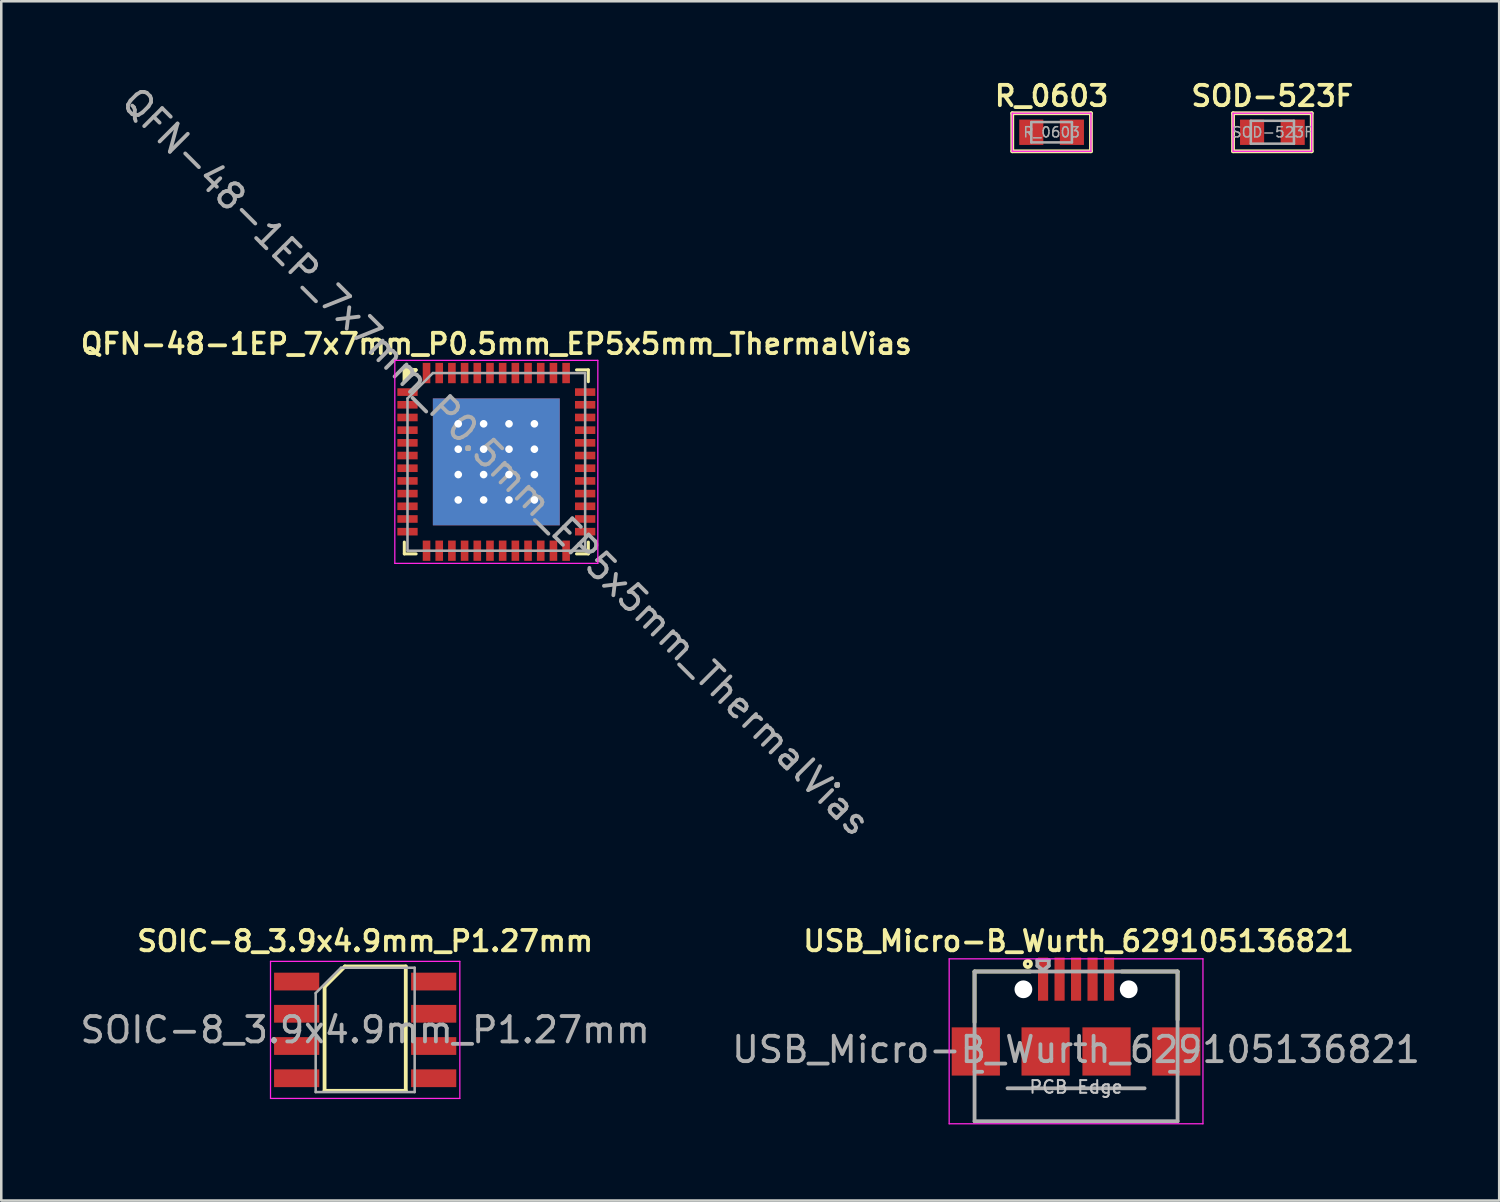
<source format=kicad_pcb>
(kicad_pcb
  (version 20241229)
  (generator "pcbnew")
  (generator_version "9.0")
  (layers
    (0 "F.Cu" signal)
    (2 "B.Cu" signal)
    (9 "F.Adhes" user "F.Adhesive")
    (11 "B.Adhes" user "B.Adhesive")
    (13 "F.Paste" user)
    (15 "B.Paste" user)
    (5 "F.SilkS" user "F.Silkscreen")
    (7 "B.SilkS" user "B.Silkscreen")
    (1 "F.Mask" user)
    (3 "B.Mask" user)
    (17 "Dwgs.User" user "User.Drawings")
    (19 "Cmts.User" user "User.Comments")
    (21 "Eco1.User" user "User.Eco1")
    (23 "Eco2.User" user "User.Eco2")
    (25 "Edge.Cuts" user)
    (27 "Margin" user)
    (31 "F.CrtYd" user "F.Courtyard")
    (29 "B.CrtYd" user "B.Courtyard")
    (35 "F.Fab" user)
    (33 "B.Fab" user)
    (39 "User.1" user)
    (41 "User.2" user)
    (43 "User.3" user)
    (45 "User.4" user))
  (footprint "R_0603"
    (layer "F.Cu")
    (at 38.387 2.161)
    (property "Reference" "R_0603" (at 0 -1.43 0) (layer "F.SilkS") (effects (font (size 0.8 0.8) (thickness 0.15))))
    (attr smd)
    (fp_line (start -1.55 -0.75) (end 1.55 -0.75) (stroke (width 0.15) (type solid)) (layer "F.SilkS"))
    (fp_line (start -1.55 0.75) (end -1.55 -0.75) (stroke (width 0.15) (type solid)) (layer "F.SilkS"))
    (fp_line (start 1.55 -0.75) (end 1.55 0.75) (stroke (width 0.15) (type solid)) (layer "F.SilkS"))
    (fp_line (start 1.55 0.75) (end -1.55 0.75) (stroke (width 0.15) (type solid)) (layer "F.SilkS"))
    (fp_line (start -1.55 -0.75) (end 1.55 -0.75) (stroke (width 0.05) (type solid)) (layer "F.CrtYd"))
    (fp_line (start -1.55 0.75) (end -1.55 -0.75) (stroke (width 0.05) (type solid)) (layer "F.CrtYd"))
    (fp_line (start 1.55 -0.75) (end 1.55 0.75) (stroke (width 0.05) (type solid)) (layer "F.CrtYd"))
    (fp_line (start 1.55 0.75) (end -1.55 0.75) (stroke (width 0.05) (type solid)) (layer "F.CrtYd"))
    (fp_line (start -0.8 -0.4) (end 0.8 -0.4) (stroke (width 0.1) (type solid)) (layer "F.Fab"))
    (fp_line (start -0.8 0.4) (end -0.8 -0.4) (stroke (width 0.1) (type solid)) (layer "F.Fab"))
    (fp_line (start 0.8 -0.4) (end 0.8 0.4) (stroke (width 0.1) (type solid)) (layer "F.Fab"))
    (fp_line (start 0.8 0.4) (end -0.8 0.4) (stroke (width 0.1) (type solid)) (layer "F.Fab"))
    (fp_text user "${REFERENCE}" (at 0 0 0) (layer "F.Fab") (effects (font (size 0.4 0.4) (thickness 0.06))))
    (pad "1" smd rect (at -0.8 0) (size 0.95 1) (layers "F.Cu" "F.Mask" "F.Paste"))
    (pad "2" smd rect (at 0.8 0) (size 0.95 1) (layers "F.Cu" "F.Mask" "F.Paste")))
  (footprint "QFN-48-1EP_7x7mm_P0.5mm_EP5x5mm_ThermalVias"
    (layer "F.Cu")
    (at 16.507 15.15)
    (property "Reference" "QFN-48-1EP_7x7mm_P0.5mm_EP5x5mm_ThermalVias" (at 0 -4.65 0) (layer "F.SilkS") (effects (font (size 0.8 0.8) (thickness 0.15))))
    (attr smd)
    (fp_line (start -3.625 -3.625) (end -3.16 -3.625) (stroke (width 0.12) (type solid)) (layer "F.SilkS"))
    (fp_line (start -3.625 3.625) (end -3.625 3.16) (stroke (width 0.12) (type solid)) (layer "F.SilkS"))
    (fp_line (start -3.16 3.625) (end -3.625 3.625) (stroke (width 0.12) (type solid)) (layer "F.SilkS"))
    (fp_line (start 3.16 -3.625) (end 3.625 -3.625) (stroke (width 0.12) (type solid)) (layer "F.SilkS"))
    (fp_line (start 3.16 3.625) (end 3.625 3.625) (stroke (width 0.12) (type solid)) (layer "F.SilkS"))
    (fp_line (start 3.625 -3.625) (end 3.625 -3.16) (stroke (width 0.12) (type solid)) (layer "F.SilkS"))
    (fp_line (start 3.625 3.625) (end 3.625 3.16) (stroke (width 0.12) (type solid)) (layer "F.SilkS"))
    (fp_poly (pts (xy -3.175 -3.619) (xy -3.619 -3.619) (xy -3.619 -3.175)) (stroke (width 0.15) (type solid)) (fill yes) (layer "F.SilkS"))
    (fp_line (start -4 -4) (end -4 4) (stroke (width 0.05) (type solid)) (layer "F.CrtYd"))
    (fp_line (start -4 4) (end 4 4) (stroke (width 0.05) (type solid)) (layer "F.CrtYd"))
    (fp_line (start 4 -4) (end -4 -4) (stroke (width 0.05) (type solid)) (layer "F.CrtYd"))
    (fp_line (start 4 4) (end 4 -4) (stroke (width 0.05) (type solid)) (layer "F.CrtYd"))
    (fp_line (start -3.5 -2.5) (end -2.5 -3.5) (stroke (width 0.1) (type solid)) (layer "F.Fab"))
    (fp_line (start -3.5 3.5) (end -3.5 -2.5) (stroke (width 0.1) (type solid)) (layer "F.Fab"))
    (fp_line (start -2.5 -3.5) (end 3.5 -3.5) (stroke (width 0.1) (type solid)) (layer "F.Fab"))
    (fp_line (start 3.5 -3.5) (end 3.5 3.5) (stroke (width 0.1) (type solid)) (layer "F.Fab"))
    (fp_line (start 3.5 3.5) (end -3.5 3.5) (stroke (width 0.1) (type solid)) (layer "F.Fab"))
    (fp_text user "${REFERENCE}" (at 0 0 135) (layer "F.Fab") (effects (font (size 1 1) (thickness 0.15))))
    (pad "1" smd rect (at -3.5 -2.75) (size 0.8 0.3) (layers "F.Cu" "F.Mask" "F.Paste"))
    (pad "2" smd rect (at -3.5 -2.25) (size 0.8 0.3) (layers "F.Cu" "F.Mask" "F.Paste"))
    (pad "3" smd rect (at -3.5 -1.75) (size 0.8 0.3) (layers "F.Cu" "F.Mask" "F.Paste"))
    (pad "4" smd rect (at -3.5 -1.25) (size 0.8 0.3) (layers "F.Cu" "F.Mask" "F.Paste"))
    (pad "5" smd rect (at -3.5 -0.75) (size 0.8 0.3) (layers "F.Cu" "F.Mask" "F.Paste"))
    (pad "6" smd rect (at -3.5 -0.25) (size 0.8 0.3) (layers "F.Cu" "F.Mask" "F.Paste"))
    (pad "7" smd rect (at -3.5 0.25) (size 0.8 0.3) (layers "F.Cu" "F.Mask" "F.Paste"))
    (pad "8" smd rect (at -3.5 0.75) (size 0.8 0.3) (layers "F.Cu" "F.Mask" "F.Paste"))
    (pad "9" smd rect (at -3.5 1.25) (size 0.8 0.3) (layers "F.Cu" "F.Mask" "F.Paste"))
    (pad "10" smd rect (at -3.5 1.75) (size 0.8 0.3) (layers "F.Cu" "F.Mask" "F.Paste"))
    (pad "11" smd rect (at -3.5 2.25) (size 0.8 0.3) (layers "F.Cu" "F.Mask" "F.Paste"))
    (pad "12" smd rect (at -3.5 2.75) (size 0.8 0.3) (layers "F.Cu" "F.Mask" "F.Paste"))
    (pad "13" smd rect (at -2.75 3.5 90) (size 0.8 0.3) (layers "F.Cu" "F.Mask" "F.Paste"))
    (pad "14" smd rect (at -2.25 3.5 90) (size 0.8 0.3) (layers "F.Cu" "F.Mask" "F.Paste"))
    (pad "15" smd rect (at -1.75 3.5 90) (size 0.8 0.3) (layers "F.Cu" "F.Mask" "F.Paste"))
    (pad "16" smd rect (at -1.25 3.5 90) (size 0.8 0.3) (layers "F.Cu" "F.Mask" "F.Paste"))
    (pad "17" smd rect (at -0.75 3.5 90) (size 0.8 0.3) (layers "F.Cu" "F.Mask" "F.Paste"))
    (pad "18" smd rect (at -0.25 3.5 90) (size 0.8 0.3) (layers "F.Cu" "F.Mask" "F.Paste"))
    (pad "19" smd rect (at 0.25 3.5 90) (size 0.8 0.3) (layers "F.Cu" "F.Mask" "F.Paste"))
    (pad "20" smd rect (at 0.75 3.5 90) (size 0.8 0.3) (layers "F.Cu" "F.Mask" "F.Paste"))
    (pad "21" smd rect (at 1.25 3.5 90) (size 0.8 0.3) (layers "F.Cu" "F.Mask" "F.Paste"))
    (pad "22" smd rect (at 1.75 3.5 90) (size 0.8 0.3) (layers "F.Cu" "F.Mask" "F.Paste"))
    (pad "23" smd rect (at 2.25 3.5 90) (size 0.8 0.3) (layers "F.Cu" "F.Mask" "F.Paste"))
    (pad "24" smd rect (at 2.75 3.5 90) (size 0.8 0.3) (layers "F.Cu" "F.Mask" "F.Paste"))
    (pad "25" smd rect (at 3.5 2.75) (size 0.8 0.3) (layers "F.Cu" "F.Mask" "F.Paste"))
    (pad "26" smd rect (at 3.5 2.25) (size 0.8 0.3) (layers "F.Cu" "F.Mask" "F.Paste"))
    (pad "27" smd rect (at 3.5 1.75) (size 0.8 0.3) (layers "F.Cu" "F.Mask" "F.Paste"))
    (pad "28" smd rect (at 3.5 1.25) (size 0.8 0.3) (layers "F.Cu" "F.Mask" "F.Paste"))
    (pad "29" smd rect (at 3.5 0.75) (size 0.8 0.3) (layers "F.Cu" "F.Mask" "F.Paste"))
    (pad "30" smd rect (at 3.5 0.25) (size 0.8 0.3) (layers "F.Cu" "F.Mask" "F.Paste"))
    (pad "31" smd rect (at 3.5 -0.25) (size 0.8 0.3) (layers "F.Cu" "F.Mask" "F.Paste"))
    (pad "32" smd rect (at 3.5 -0.75) (size 0.8 0.3) (layers "F.Cu" "F.Mask" "F.Paste"))
    (pad "33" smd rect (at 3.5 -1.25) (size 0.8 0.3) (layers "F.Cu" "F.Mask" "F.Paste"))
    (pad "34" smd rect (at 3.5 -1.75) (size 0.8 0.3) (layers "F.Cu" "F.Mask" "F.Paste"))
    (pad "35" smd rect (at 3.5 -2.25) (size 0.8 0.3) (layers "F.Cu" "F.Mask" "F.Paste"))
    (pad "36" smd rect (at 3.5 -2.75) (size 0.8 0.3) (layers "F.Cu" "F.Mask" "F.Paste"))
    (pad "37" smd rect (at 2.75 -3.5 90) (size 0.8 0.3) (layers "F.Cu" "F.Mask" "F.Paste"))
    (pad "38" smd rect (at 2.25 -3.5 90) (size 0.8 0.3) (layers "F.Cu" "F.Mask" "F.Paste"))
    (pad "39" smd rect (at 1.75 -3.5 90) (size 0.8 0.3) (layers "F.Cu" "F.Mask" "F.Paste"))
    (pad "40" smd rect (at 1.25 -3.5 90) (size 0.8 0.3) (layers "F.Cu" "F.Mask" "F.Paste"))
    (pad "41" smd rect (at 0.75 -3.5 90) (size 0.8 0.3) (layers "F.Cu" "F.Mask" "F.Paste"))
    (pad "42" smd rect (at 0.25 -3.5 90) (size 0.8 0.3) (layers "F.Cu" "F.Mask" "F.Paste"))
    (pad "43" smd rect (at -0.25 -3.5 90) (size 0.8 0.3) (layers "F.Cu" "F.Mask" "F.Paste"))
    (pad "44" smd rect (at -0.75 -3.5 90) (size 0.8 0.3) (layers "F.Cu" "F.Mask" "F.Paste"))
    (pad "45" smd rect (at -1.25 -3.5 90) (size 0.8 0.3) (layers "F.Cu" "F.Mask" "F.Paste"))
    (pad "46" smd rect (at -1.75 -3.5 90) (size 0.8 0.3) (layers "F.Cu" "F.Mask" "F.Paste"))
    (pad "47" smd rect (at -2.25 -3.5 90) (size 0.8 0.3) (layers "F.Cu" "F.Mask" "F.Paste"))
    (pad "48" smd rect (at -2.75 -3.5 90) (size 0.8 0.3) (layers "F.Cu" "F.Mask" "F.Paste"))
    (pad "49" thru_hole circle (at -1.5 -1.5) (size 0.6 0.6) (drill 0.3) (layers "*.Cu" "*.Mask"))
    (pad "49" thru_hole circle (at -1.5 -0.5) (size 0.6 0.6) (drill 0.3) (layers "*.Cu" "*.Mask"))
    (pad "49" thru_hole circle (at -1.5 0.5) (size 0.6 0.6) (drill 0.3) (layers "*.Cu" "*.Mask"))
    (pad "49" thru_hole circle (at -1.5 1.5) (size 0.6 0.6) (drill 0.3) (layers "*.Cu" "*.Mask"))
    (pad "49" thru_hole circle (at -0.5 -1.5) (size 0.6 0.6) (drill 0.3) (layers "*.Cu" "*.Mask"))
    (pad "49" thru_hole circle (at -0.5 -0.5) (size 0.6 0.6) (drill 0.3) (layers "*.Cu" "*.Mask"))
    (pad "49" thru_hole circle (at -0.5 0.5) (size 0.6 0.6) (drill 0.3) (layers "*.Cu" "*.Mask"))
    (pad "49" thru_hole circle (at -0.5 1.5) (size 0.6 0.6) (drill 0.3) (layers "*.Cu" "*.Mask"))
    (pad "49" smd rect (at 0 0) (size 5 5) (layers "F.Cu" "F.Mask"))
    (pad "49" smd rect (at 0 0) (size 5 5) (layers "B.Cu" "B.Mask"))
    (pad "49" thru_hole circle (at 0.5 -1.5) (size 0.6 0.6) (drill 0.3) (layers "*.Cu" "*.Mask"))
    (pad "49" thru_hole circle (at 0.5 -0.5) (size 0.6 0.6) (drill 0.3) (layers "*.Cu" "*.Mask"))
    (pad "49" thru_hole circle (at 0.5 0.5) (size 0.6 0.6) (drill 0.3) (layers "*.Cu" "*.Mask"))
    (pad "49" thru_hole circle (at 0.5 1.5) (size 0.6 0.6) (drill 0.3) (layers "*.Cu" "*.Mask"))
    (pad "49" thru_hole circle (at 1.5 -1.5) (size 0.6 0.6) (drill 0.3) (layers "*.Cu" "*.Mask"))
    (pad "49" thru_hole circle (at 1.5 -0.5) (size 0.6 0.6) (drill 0.3) (layers "*.Cu" "*.Mask"))
    (pad "49" thru_hole circle (at 1.5 0.5) (size 0.6 0.6) (drill 0.3) (layers "*.Cu" "*.Mask"))
    (pad "49" thru_hole circle (at 1.5 1.5) (size 0.6 0.6) (drill 0.3) (layers "*.Cu" "*.Mask")))
  (footprint "SOD-523F"
    (layer "F.Cu")
    (at 47.087 2.161)
    (property "Reference" "SOD-523F" (at 0 -1.43 0) (layer "F.SilkS") (effects (font (size 0.8 0.8) (thickness 0.15))))
    (attr smd)
    (fp_line (start -1.55 -0.75) (end 1.55 -0.75) (stroke (width 0.15) (type solid)) (layer "F.SilkS"))
    (fp_line (start -1.55 0.75) (end -1.55 -0.75) (stroke (width 0.15) (type solid)) (layer "F.SilkS"))
    (fp_line (start 1.55 -0.75) (end 1.55 0.75) (stroke (width 0.15) (type solid)) (layer "F.SilkS"))
    (fp_line (start 1.55 0.75) (end -1.55 0.75) (stroke (width 0.15) (type solid)) (layer "F.SilkS"))
    (fp_line (start -1.55 -0.75) (end 1.55 -0.75) (stroke (width 0.05) (type solid)) (layer "F.CrtYd"))
    (fp_line (start -1.55 0.75) (end -1.55 -0.75) (stroke (width 0.05) (type solid)) (layer "F.CrtYd"))
    (fp_line (start 1.55 -0.75) (end 1.55 0.75) (stroke (width 0.05) (type solid)) (layer "F.CrtYd"))
    (fp_line (start 1.55 0.75) (end -1.55 0.75) (stroke (width 0.05) (type solid)) (layer "F.CrtYd"))
    (fp_line (start -0.85 -0.45) (end 0.85 -0.45) (stroke (width 0.1) (type solid)) (layer "F.Fab"))
    (fp_line (start -0.85 0.45) (end -0.85 -0.45) (stroke (width 0.1) (type solid)) (layer "F.Fab"))
    (fp_line (start 0.85 -0.45) (end 0.85 0.45) (stroke (width 0.1) (type solid)) (layer "F.Fab"))
    (fp_line (start 0.85 0.45) (end -0.85 0.45) (stroke (width 0.1) (type solid)) (layer "F.Fab"))
    (fp_text user "${REFERENCE}" (at 0 0 0) (layer "F.Fab") (effects (font (size 0.4 0.4) (thickness 0.06))))
    (pad "1" smd rect (at -0.8 0) (size 0.95 1) (layers "F.Cu" "F.Mask" "F.Paste"))
    (pad "2" smd rect (at 0.8 0) (size 0.95 1) (layers "F.Cu" "F.Mask" "F.Paste")))
  (footprint "SOIC-8_3.9x4.9mm_P1.27mm"
    (layer "F.Cu")
    (at 11.339 37.532)
    (property "Reference" "SOIC-8_3.9x4.9mm_P1.27mm" (at 0 -3.5 0) (layer "F.SilkS") (effects (font (size 0.8 0.8) (thickness 0.15))))
    (attr smd)
    (fp_line (start -1.6 2.4) (end -1.6 -1.7) (stroke (width 0.15) (type solid)) (layer "F.SilkS"))
    (fp_line (start -1.6 2.4) (end 1.6 2.4) (stroke (width 0.15) (type solid)) (layer "F.SilkS"))
    (fp_line (start -0.8 -2.5) (end -1.6 -1.7) (stroke (width 0.15) (type solid)) (layer "F.SilkS"))
    (fp_line (start -0.8 -2.5) (end 1.6 -2.5) (stroke (width 0.15) (type solid)) (layer "F.SilkS"))
    (fp_line (start 1.6 -2.5) (end 1.6 2.4) (stroke (width 0.15) (type solid)) (layer "F.SilkS"))
    (fp_line (start -3.73 -2.7) (end -3.73 2.7) (stroke (width 0.05) (type solid)) (layer "F.CrtYd"))
    (fp_line (start -3.73 -2.7) (end 3.73 -2.7) (stroke (width 0.05) (type solid)) (layer "F.CrtYd"))
    (fp_line (start -3.73 2.7) (end 3.73 2.7) (stroke (width 0.05) (type solid)) (layer "F.CrtYd"))
    (fp_line (start 3.73 -2.7) (end 3.73 2.7) (stroke (width 0.05) (type solid)) (layer "F.CrtYd"))
    (fp_line (start -1.95 -1.45) (end -0.95 -2.45) (stroke (width 0.1) (type solid)) (layer "F.Fab"))
    (fp_line (start -1.95 2.45) (end -1.95 -1.45) (stroke (width 0.1) (type solid)) (layer "F.Fab"))
    (fp_line (start -0.95 -2.45) (end 1.95 -2.45) (stroke (width 0.1) (type solid)) (layer "F.Fab"))
    (fp_line (start 1.95 -2.45) (end 1.95 2.45) (stroke (width 0.1) (type solid)) (layer "F.Fab"))
    (fp_line (start 1.95 2.45) (end -1.95 2.45) (stroke (width 0.1) (type solid)) (layer "F.Fab"))
    (fp_text user "${REFERENCE}" (at 0 0 0) (layer "F.Fab") (effects (font (size 1 1) (thickness 0.15))))
    (pad "1" smd rect (at -2.7 -1.905) (size 1.78 0.7) (layers "F.Cu" "F.Mask" "F.Paste"))
    (pad "2" smd rect (at -2.7 -0.635) (size 1.78 0.7) (layers "F.Cu" "F.Mask" "F.Paste"))
    (pad "3" smd rect (at -2.7 0.635) (size 1.78 0.7) (layers "F.Cu" "F.Mask" "F.Paste"))
    (pad "4" smd rect (at -2.7 1.905) (size 1.78 0.7) (layers "F.Cu" "F.Mask" "F.Paste"))
    (pad "5" smd rect (at 2.7 1.905) (size 1.78 0.7) (layers "F.Cu" "F.Mask" "F.Paste"))
    (pad "6" smd rect (at 2.7 0.635) (size 1.78 0.7) (layers "F.Cu" "F.Mask" "F.Paste"))
    (pad "7" smd rect (at 2.7 -0.635) (size 1.78 0.7) (layers "F.Cu" "F.Mask" "F.Paste"))
    (pad "8" smd rect (at 2.7 -1.905) (size 1.78 0.7) (layers "F.Cu" "F.Mask" "F.Paste")))
  (footprint "USB_Micro-B_Wurth_629105136821"
    (layer "F.Cu")
    (at 39.351 39.832)
    (property "Reference" "USB_Micro-B_Wurth_629105136821" (at 0.1 -5.8 0) (layer "F.SilkS") (effects (font (size 0.8 0.8) (thickness 0.15))))
    (attr smd)
    (fp_line (start -4 -4.6) (end -4 -2.6) (stroke (width 0.15) (type solid)) (layer "F.SilkS"))
    (fp_line (start -1.8 -4.6) (end -4 -4.6) (stroke (width 0.15) (type solid)) (layer "F.SilkS"))
    (fp_line (start 1.8 -4.6) (end 4 -4.6) (stroke (width 0.15) (type solid)) (layer "F.SilkS"))
    (fp_line (start 4 -2.7) (end 4 -4.6) (stroke (width 0.15) (type solid)) (layer "F.SilkS"))
    (fp_circle (center -1.9 -4.9) (end -1.85 -4.9) (stroke (width 0.15) (type solid)) (fill no) (layer "F.SilkS"))
    (fp_line (start -5 -5.1) (end -5 1.4) (stroke (width 0.05) (type solid)) (layer "F.CrtYd"))
    (fp_line (start -5 1.4) (end 5 1.4) (stroke (width 0.05) (type solid)) (layer "F.CrtYd"))
    (fp_line (start 5 -5.1) (end -5 -5.1) (stroke (width 0.05) (type solid)) (layer "F.CrtYd"))
    (fp_line (start 5 1.4) (end 5 -5.1) (stroke (width 0.05) (type solid)) (layer "F.CrtYd"))
    (fp_line (start -4 -4.6) (end -4 1.3) (stroke (width 0.15) (type solid)) (layer "F.Fab"))
    (fp_line (start -4 -0.65) (end -3.7 -0.65) (stroke (width 0.15) (type solid)) (layer "F.Fab"))
    (fp_line (start -4 1.3) (end 4 1.3) (stroke (width 0.15) (type solid)) (layer "F.Fab"))
    (fp_line (start -2.7 0) (end 2.7 0) (stroke (width 0.15) (type solid)) (layer "F.Fab"))
    (fp_line (start -1.525 -5.05) (end -1.075 -5.05) (stroke (width 0.15) (type solid)) (layer "F.Fab"))
    (fp_line (start -1.525 -4.825) (end -1.525 -5.05) (stroke (width 0.15) (type solid)) (layer "F.Fab"))
    (fp_line (start -1.3 -4.65) (end -1.525 -4.825) (stroke (width 0.15) (type solid)) (layer "F.Fab"))
    (fp_line (start -1.075 -5.05) (end -1.075 -4.825) (stroke (width 0.15) (type solid)) (layer "F.Fab"))
    (fp_line (start -1.075 -4.825) (end -1.3 -4.65) (stroke (width 0.15) (type solid)) (layer "F.Fab"))
    (fp_line (start 3.7 -0.65) (end 4 -0.65) (stroke (width 0.15) (type solid)) (layer "F.Fab"))
    (fp_line (start 4 -4.6) (end -4 -4.6) (stroke (width 0.15) (type solid)) (layer "F.Fab"))
    (fp_line (start 4 1.3) (end 4 -4.6) (stroke (width 0.15) (type solid)) (layer "F.Fab"))
    (fp_text user "PCB Edge" (at 0 -0.05 0) (layer "Dwgs.User") (effects (font (size 0.5 0.5) (thickness 0.08))))
    (fp_text user "${REFERENCE}" (at 0 -1.524 0) (layer "F.Fab") (effects (font (size 1 1) (thickness 0.15))))
    (pad "" np_thru_hole oval (at -2.075 -3.9) (size 0.7 0.7) (drill 0.7) (layers "*.Cu" "*.Mask"))
    (pad "" np_thru_hole oval (at 2.075 -3.9) (size 0.7 0.7) (drill 0.7) (layers "*.Cu" "*.Mask"))
    (pad "1" smd rect (at -1.3 -4.3) (size 0.4 1.7) (layers "F.Cu" "F.Mask" "F.Paste"))
    (pad "2" smd rect (at -0.65 -4.3) (size 0.4 1.7) (layers "F.Cu" "F.Mask" "F.Paste"))
    (pad "3" smd rect (at 0 -4.3) (size 0.4 1.7) (layers "F.Cu" "F.Mask" "F.Paste"))
    (pad "4" smd rect (at 0.65 -4.3) (size 0.4 1.7) (layers "F.Cu" "F.Mask" "F.Paste"))
    (pad "5" smd rect (at 1.3 -4.3) (size 0.4 1.7) (layers "F.Cu" "F.Mask" "F.Paste"))
    (pad "6" smd rect (at -3.95 -1.45) (size 1.9 1.9) (layers "F.Cu" "F.Mask" "F.Paste"))
    (pad "6" smd rect (at -1.2 -1.45) (size 1.9 1.9) (layers "F.Cu" "F.Mask" "F.Paste"))
    (pad "6" smd rect (at 1.2 -1.45) (size 1.9 1.9) (layers "F.Cu" "F.Mask" "F.Paste"))
    (pad "6" smd rect (at 3.95 -1.45) (size 1.9 1.9) (layers "F.Cu" "F.Mask" "F.Paste")))
  (gr_rect
    (start -3 -3)
    (end 56.024 44.257)
    (stroke (width 0.1) (type default))
    (fill no)
    (layer "Edge.Cuts")))
</source>
